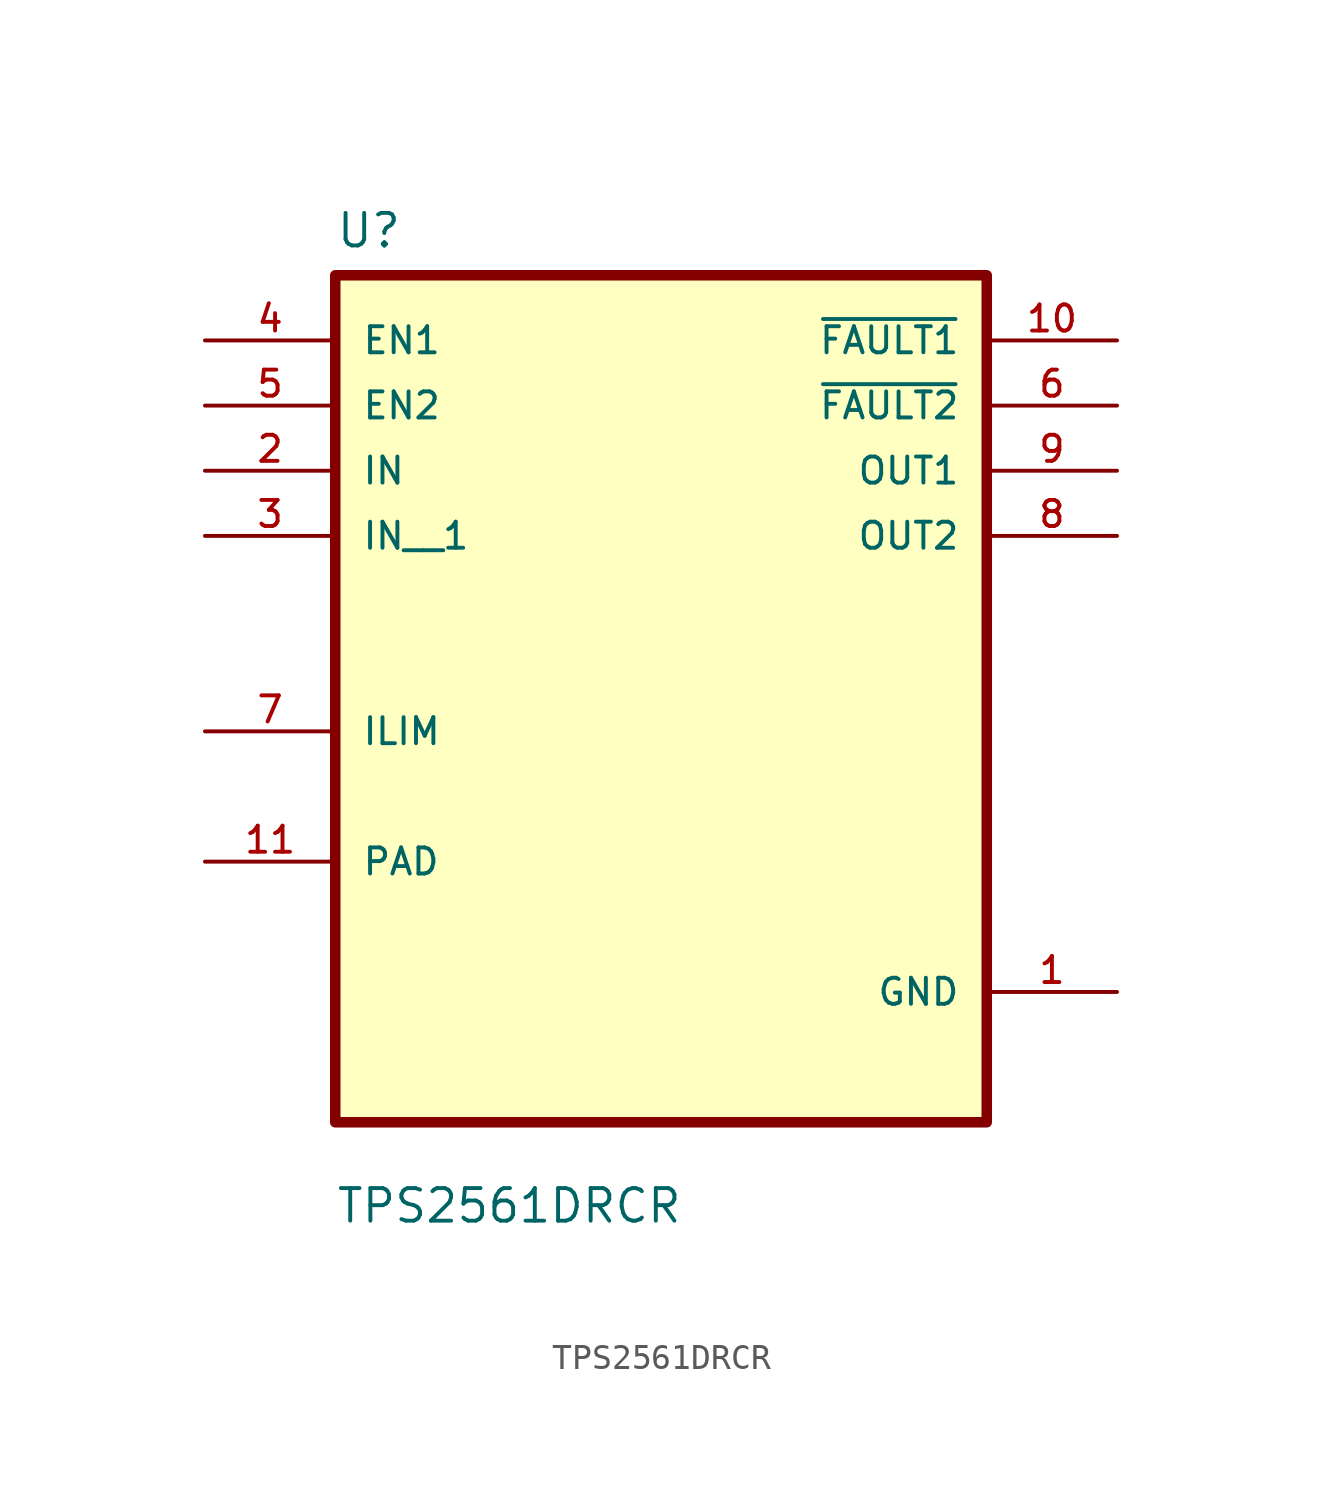
<source format=kicad_sym>
(kicad_symbol_lib
  (version 20211014)
  (generator kicad_symbol_editor)
  (symbol "TPS2561DRCR"
    (pin_names
      (offset 1.016))
    (property "Reference" "U"
      (at -12.7 16.24 0.0)
      (effects (font (size 1.27 1.27)) (justify bottom left)))
    (property "Value" "TPS2561DRCR"
      (at -12.7 -21.78 0.0)
      (effects (font (size 1.27 1.27)) (justify bottom left)))
    (symbol "TPS2561DRCR_0_0"
      (rectangle (start -12.7 -17.78) (end 12.7 15.24) (stroke (width 0.41)) (fill (type background)))
      (pin input line (at -17.78 12.7 0) (length 5.08) (name "EN1" (effects (font (size 1.016 1.016)))) (number "4" (effects (font (size 1.016 1.016)))))
      (pin input line (at -17.78 10.16 0) (length 5.08) (name "EN2" (effects (font (size 1.016 1.016)))) (number "5" (effects (font (size 1.016 1.016)))))
      (pin input line (at -17.78 7.62 0) (length 5.08) (name "IN" (effects (font (size 1.016 1.016)))) (number "2" (effects (font (size 1.016 1.016)))))
      (pin bidirectional line (at -17.78 -2.54 0) (length 5.08) (name "ILIM" (effects (font (size 1.016 1.016)))) (number "7" (effects (font (size 1.016 1.016)))))
      (pin bidirectional line (at -17.78 -7.62 0) (length 5.08) (name "PAD" (effects (font (size 1.016 1.016)))) (number "11" (effects (font (size 1.016 1.016)))))
      (pin output line (at 17.78 12.7 180.0) (length 5.08) (name "~{FAULT1}" (effects (font (size 1.016 1.016)))) (number "10" (effects (font (size 1.016 1.016)))))
      (pin output line (at 17.78 10.16 180.0) (length 5.08) (name "~{FAULT2}" (effects (font (size 1.016 1.016)))) (number "6" (effects (font (size 1.016 1.016)))))
      (pin output line (at 17.78 7.62 180.0) (length 5.08) (name "OUT1" (effects (font (size 1.016 1.016)))) (number "9" (effects (font (size 1.016 1.016)))))
      (pin output line (at 17.78 5.08 180.0) (length 5.08) (name "OUT2" (effects (font (size 1.016 1.016)))) (number "8" (effects (font (size 1.016 1.016)))))
      (pin power_in line (at 17.78 -12.7 180.0) (length 5.08) (name "GND" (effects (font (size 1.016 1.016)))) (number "1" (effects (font (size 1.016 1.016)))))
      (pin input line (at -17.78 5.08 0) (length 5.08) (name "IN__1" (effects (font (size 1.016 1.016)))) (number "3" (effects (font (size 1.016 1.016))))))))
</source>
